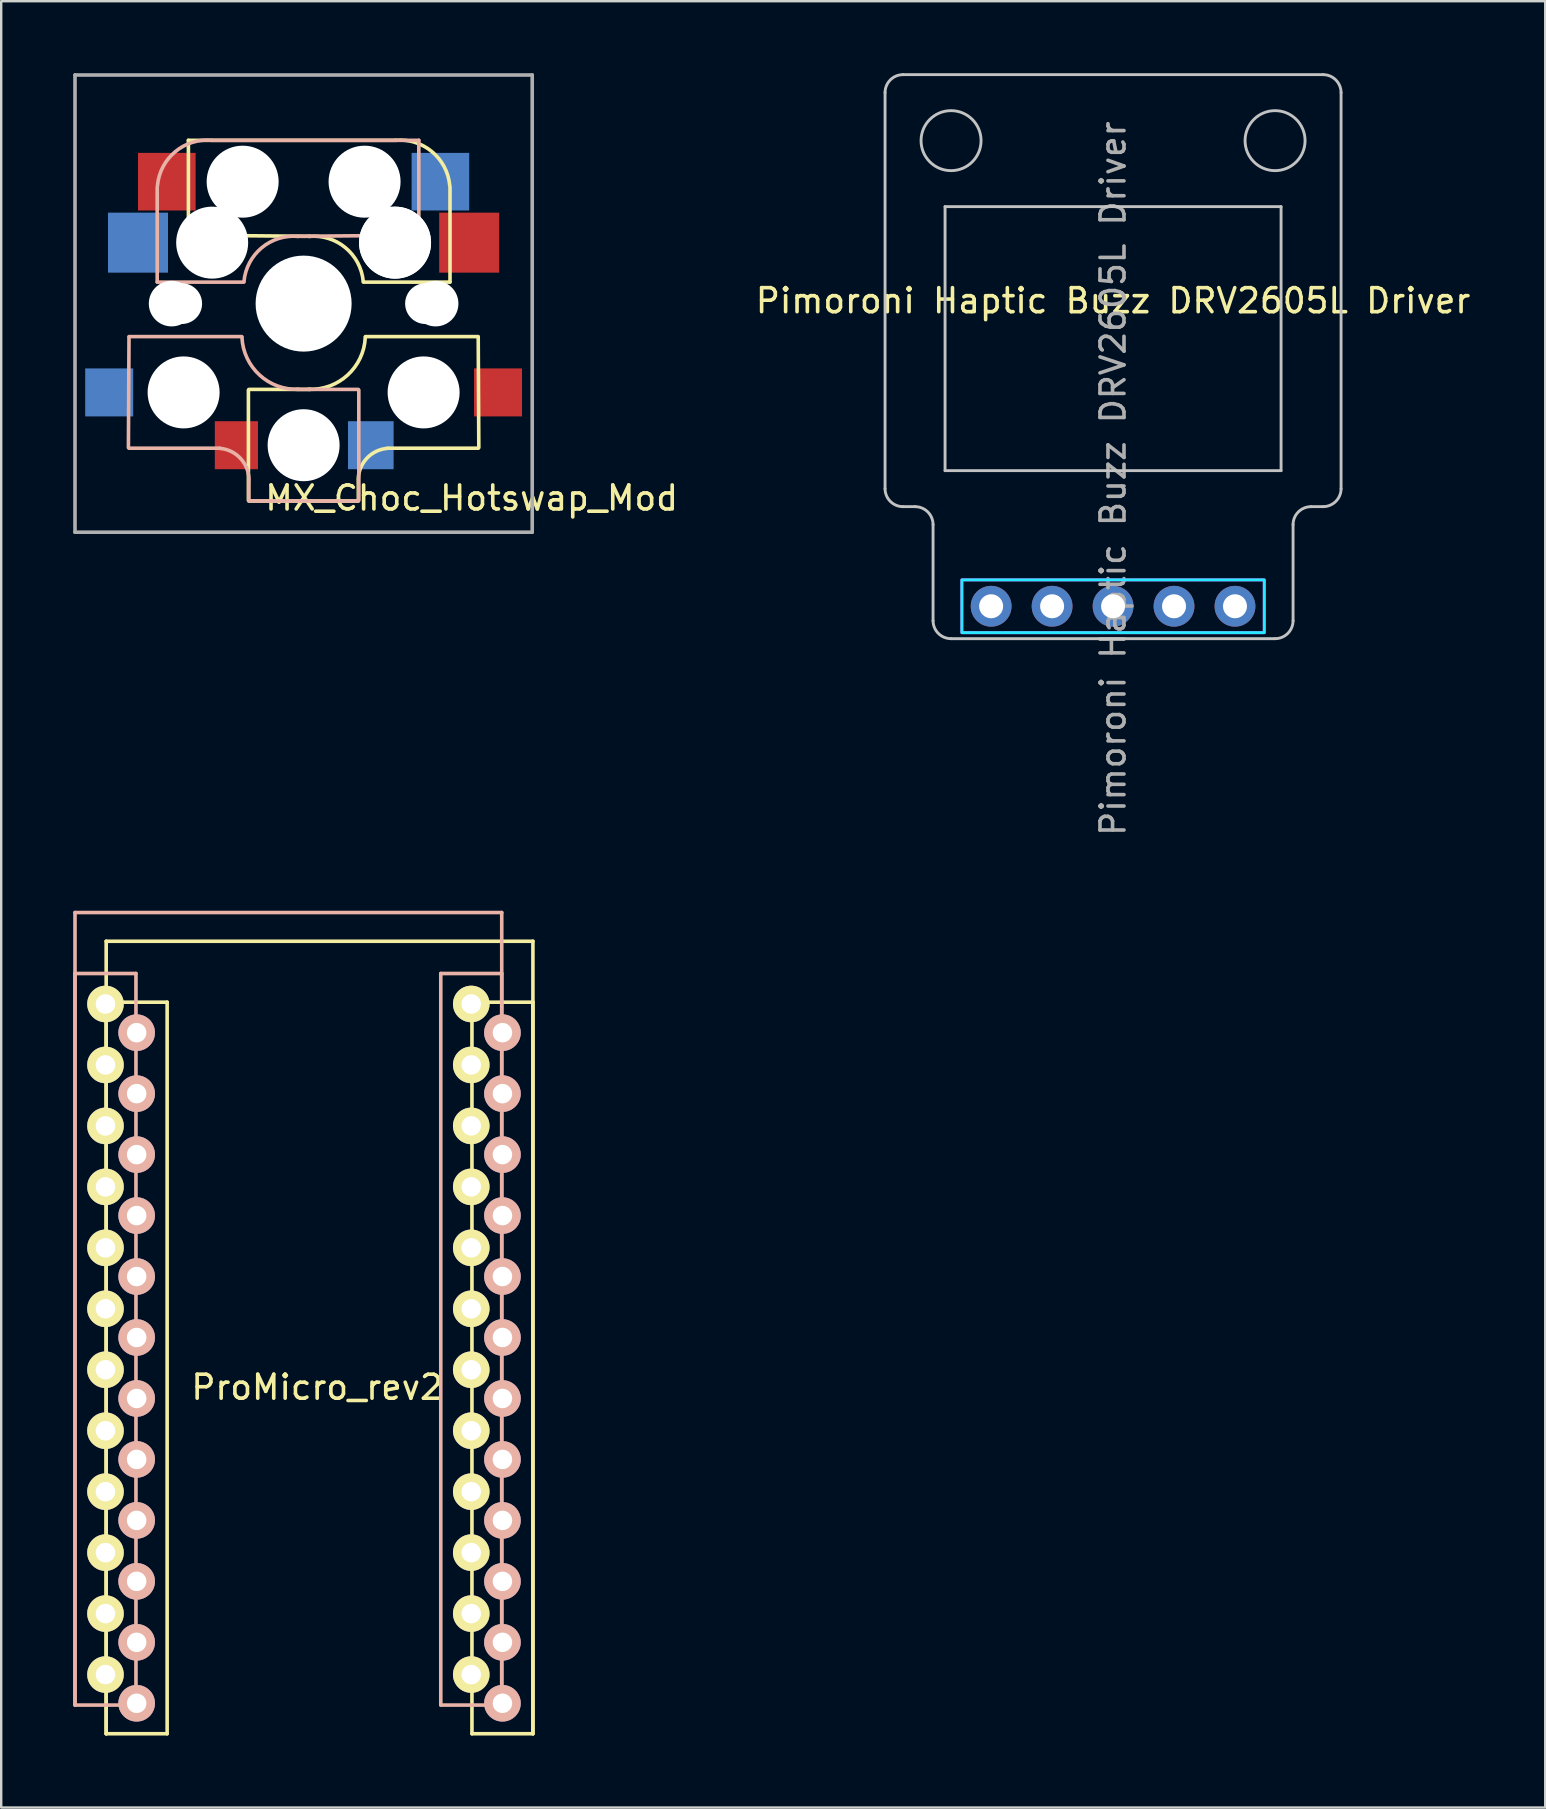
<source format=kicad_pcb>
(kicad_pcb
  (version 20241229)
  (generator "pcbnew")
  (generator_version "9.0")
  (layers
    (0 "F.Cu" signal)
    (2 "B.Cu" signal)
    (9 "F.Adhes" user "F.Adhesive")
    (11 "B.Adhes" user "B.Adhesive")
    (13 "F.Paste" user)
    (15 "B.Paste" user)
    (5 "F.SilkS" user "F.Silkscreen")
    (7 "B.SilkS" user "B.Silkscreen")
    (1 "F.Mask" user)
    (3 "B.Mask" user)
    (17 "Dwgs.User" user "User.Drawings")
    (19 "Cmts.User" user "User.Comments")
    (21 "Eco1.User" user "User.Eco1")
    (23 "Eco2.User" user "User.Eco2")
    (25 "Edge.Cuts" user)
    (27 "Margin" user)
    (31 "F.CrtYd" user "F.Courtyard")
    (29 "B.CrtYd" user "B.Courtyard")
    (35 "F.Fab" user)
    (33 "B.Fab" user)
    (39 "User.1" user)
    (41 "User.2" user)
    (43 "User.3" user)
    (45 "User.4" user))
  (footprint "Pimoroni Haptic Buzz DRV2605L Driver"
    (layer "F.Cu")
    (at 43.326 11.81)
    (property "Reference" "Pimoroni Haptic Buzz DRV2605L Driver" (at 0 -2.33 180) (layer "F.SilkS") (effects (font (size 1 1) (thickness 0.15))))
    (attr through_hole)
    (fp_line (start -9.5 -11) (end -9.5 5.5) (stroke (width 0.12) (type solid)) (layer "Dwgs.User"))
    (fp_line (start -8.75 6.25) (end -8.25 6.25) (stroke (width 0.12) (type solid)) (layer "Dwgs.User"))
    (fp_line (start -7.5 11) (end -7.5 7) (stroke (width 0.12) (type solid)) (layer "Dwgs.User"))
    (fp_line (start -7 -6.25) (end -7 4.75) (stroke (width 0.12) (type solid)) (layer "Dwgs.User"))
    (fp_line (start -7 4.75) (end 7 4.75) (stroke (width 0.12) (type solid)) (layer "Dwgs.User"))
    (fp_line (start -6.75 11.75) (end 6.75 11.75) (stroke (width 0.12) (type solid)) (layer "Dwgs.User"))
    (fp_line (start 7 -6.25) (end -7 -6.25) (stroke (width 0.12) (type solid)) (layer "Dwgs.User"))
    (fp_line (start 7 4.75) (end 7 -6.25) (stroke (width 0.12) (type solid)) (layer "Dwgs.User"))
    (fp_line (start 7.5 7) (end 7.5 11) (stroke (width 0.12) (type solid)) (layer "Dwgs.User"))
    (fp_line (start 8.75 -11.75) (end -8.75 -11.75) (stroke (width 0.12) (type solid)) (layer "Dwgs.User"))
    (fp_line (start 8.75 6.25) (end 8.25 6.25) (stroke (width 0.12) (type solid)) (layer "Dwgs.User"))
    (fp_line (start 9.5 5.5) (end 9.5 -11) (stroke (width 0.12) (type solid)) (layer "Dwgs.User"))
    (fp_arc (start -9.5 -11) (mid -9.28033 -11.53033) (end -8.75 -11.75) (stroke (width 0.12) (type solid)) (layer "Dwgs.User"))
    (fp_arc (start -8.75 6.25) (mid -9.28033 6.03033) (end -9.5 5.5) (stroke (width 0.12) (type solid)) (layer "Dwgs.User"))
    (fp_arc (start -8.25 6.25) (mid -7.71967 6.46967) (end -7.5 7) (stroke (width 0.12) (type solid)) (layer "Dwgs.User"))
    (fp_arc (start -6.75 11.75) (mid -7.28033 11.53033) (end -7.5 11) (stroke (width 0.12) (type solid)) (layer "Dwgs.User"))
    (fp_arc (start 7.5 7) (mid 7.71967 6.46967) (end 8.25 6.25) (stroke (width 0.12) (type solid)) (layer "Dwgs.User"))
    (fp_arc (start 7.5 11) (mid 7.28033 11.53033) (end 6.75 11.75) (stroke (width 0.12) (type solid)) (layer "Dwgs.User"))
    (fp_arc (start 8.75 -11.75) (mid 9.28033 -11.53033) (end 9.5 -11) (stroke (width 0.12) (type solid)) (layer "Dwgs.User"))
    (fp_arc (start 9.5 5.5) (mid 9.28033 6.03033) (end 8.75 6.25) (stroke (width 0.12) (type solid)) (layer "Dwgs.User"))
    (fp_circle (center -6.75 -9) (end -5.5 -9) (stroke (width 0.12) (type solid)) (fill no) (layer "Dwgs.User"))
    (fp_circle (center 6.75 -9) (end 8 -9) (stroke (width 0.12) (type solid)) (fill no) (layer "Dwgs.User"))
    (fp_rect (start -6.3 11.5) (end 6.3 9.3) (stroke (width 0.12) (type solid)) (fill no) (layer "B.CrtYd"))
    (fp_rect (start -6.3 11.5) (end 6.3 9.3) (stroke (width 0.12) (type solid)) (fill no) (layer "F.CrtYd"))
    (fp_text user "${REFERENCE}" (at 0 5.08 270) (layer "F.Fab") (effects (font (size 1 1) (thickness 0.15))))
    (pad "1" thru_hole circle (at -5.08 10.4 90) (size 1.7 1.7) (drill 1) (layers "*.Cu" "*.Mask"))
    (pad "2" thru_hole oval (at -2.54 10.4 90) (size 1.7 1.7) (drill 1) (layers "*.Cu" "*.Mask"))
    (pad "3" thru_hole oval (at 0 10.4 90) (size 1.7 1.7) (drill 1) (layers "*.Cu" "*.Mask"))
    (pad "4" thru_hole oval (at 2.54 10.4 90) (size 1.7 1.7) (drill 1) (layers "*.Cu" "*.Mask"))
    (pad "5" thru_hole oval (at 5.08 10.4 90) (size 1.7 1.7) (drill 1) (layers "*.Cu" "*.Mask")))
  (footprint "ProMicro_rev2"
    (layer "F.Cu")
    (at 10.165 53.551)
    (property "Reference" "ProMicro_rev2" (at 0 1.2 0) (layer "F.SilkS") (effects (font (size 1 1) (thickness 0.15))))
    (attr through_hole exclude_from_bom)
    (fp_line (start -8.791 -17.384) (end -8.791 15.636) (stroke (width 0.15) (type solid)) (layer "F.SilkS"))
    (fp_line (start -8.791 -14.844) (end -8.791 15.636) (stroke (width 0.15) (type solid)) (layer "F.SilkS"))
    (fp_line (start -8.791 15.636) (end -6.251 15.636) (stroke (width 0.15) (type solid)) (layer "F.SilkS"))
    (fp_line (start -6.251 -14.844) (end -8.791 -14.844) (stroke (width 0.15) (type solid)) (layer "F.SilkS"))
    (fp_line (start -6.251 15.636) (end -6.251 -14.844) (stroke (width 0.15) (type solid)) (layer "F.SilkS"))
    (fp_line (start 6.449 -14.844) (end 6.449 15.636) (stroke (width 0.15) (type solid)) (layer "F.SilkS"))
    (fp_line (start 6.449 15.636) (end 8.989 15.636) (stroke (width 0.15) (type solid)) (layer "F.SilkS"))
    (fp_line (start 8.989 -17.384) (end -8.791 -17.384) (stroke (width 0.15) (type solid)) (layer "F.SilkS"))
    (fp_line (start 8.989 -14.844) (end 6.449 -14.844) (stroke (width 0.15) (type solid)) (layer "F.SilkS"))
    (fp_line (start 8.989 15.636) (end 8.989 -17.384) (stroke (width 0.15) (type solid)) (layer "F.SilkS"))
    (fp_line (start 8.989 15.636) (end 8.989 -14.844) (stroke (width 0.15) (type solid)) (layer "F.SilkS"))
    (fp_line (start -10.09 -18.58) (end 7.69 -18.58) (stroke (width 0.15) (type solid)) (layer "B.SilkS"))
    (fp_line (start -10.09 -16.04) (end -7.55 -16.04) (stroke (width 0.15) (type solid)) (layer "B.SilkS"))
    (fp_line (start -10.09 14.44) (end -10.09 -18.58) (stroke (width 0.15) (type solid)) (layer "B.SilkS"))
    (fp_line (start -10.09 14.44) (end -10.09 -16.04) (stroke (width 0.15) (type solid)) (layer "B.SilkS"))
    (fp_line (start -7.55 -16.04) (end -7.55 14.44) (stroke (width 0.15) (type solid)) (layer "B.SilkS"))
    (fp_line (start -7.55 14.44) (end -10.09 14.44) (stroke (width 0.15) (type solid)) (layer "B.SilkS"))
    (fp_line (start 5.15 -16.04) (end 7.69 -16.04) (stroke (width 0.15) (type solid)) (layer "B.SilkS"))
    (fp_line (start 5.15 14.44) (end 5.15 -16.04) (stroke (width 0.15) (type solid)) (layer "B.SilkS"))
    (fp_line (start 7.69 -18.58) (end 7.69 14.44) (stroke (width 0.15) (type solid)) (layer "B.SilkS"))
    (fp_line (start 7.69 -16.04) (end 7.69 14.44) (stroke (width 0.15) (type solid)) (layer "B.SilkS"))
    (fp_line (start 7.69 14.44) (end 5.15 14.44) (stroke (width 0.15) (type solid)) (layer "B.SilkS"))
    (pad "1" thru_hole circle (at -8.82 -14.77) (size 1.524 1.524) (drill 0.813) (layers "*.Cu" "*.Mask" "F.SilkS"))
    (pad "1" thru_hole circle (at 7.719 -13.574 180) (size 1.524 1.524) (drill 0.813) (layers "*.Cu" "*.Mask" "B.SilkS"))
    (pad "2" thru_hole circle (at -8.82 -12.23) (size 1.524 1.524) (drill 0.813) (layers "*.Cu" "*.Mask" "F.SilkS"))
    (pad "2" thru_hole circle (at 7.719 -11.034 180) (size 1.524 1.524) (drill 0.813) (layers "*.Cu" "*.Mask" "B.SilkS"))
    (pad "3" thru_hole circle (at -8.82 -9.69) (size 1.524 1.524) (drill 0.813) (layers "*.Cu" "*.Mask" "F.SilkS"))
    (pad "3" thru_hole circle (at 7.719 -8.494 180) (size 1.524 1.524) (drill 0.813) (layers "*.Cu" "*.Mask" "B.SilkS"))
    (pad "4" thru_hole circle (at -8.82 -7.15) (size 1.524 1.524) (drill 0.813) (layers "*.Cu" "*.Mask" "F.SilkS"))
    (pad "4" thru_hole circle (at 7.719 -5.954 180) (size 1.524 1.524) (drill 0.813) (layers "*.Cu" "*.Mask" "B.SilkS"))
    (pad "5" thru_hole circle (at -8.82 -4.61) (size 1.524 1.524) (drill 0.813) (layers "*.Cu" "*.Mask" "F.SilkS"))
    (pad "5" thru_hole circle (at 7.719 -3.414 180) (size 1.524 1.524) (drill 0.813) (layers "*.Cu" "*.Mask" "B.SilkS"))
    (pad "6" thru_hole circle (at -8.82 -2.07) (size 1.524 1.524) (drill 0.813) (layers "*.Cu" "*.Mask" "F.SilkS"))
    (pad "6" thru_hole circle (at 7.719 -0.874 180) (size 1.524 1.524) (drill 0.813) (layers "*.Cu" "*.Mask" "B.SilkS"))
    (pad "7" thru_hole circle (at -8.82 0.47) (size 1.524 1.524) (drill 0.813) (layers "*.Cu" "*.Mask" "F.SilkS"))
    (pad "7" thru_hole circle (at 7.719 1.666 180) (size 1.524 1.524) (drill 0.813) (layers "*.Cu" "*.Mask" "B.SilkS"))
    (pad "8" thru_hole circle (at -8.82 3.01) (size 1.524 1.524) (drill 0.813) (layers "*.Cu" "*.Mask" "F.SilkS"))
    (pad "8" thru_hole circle (at 7.719 4.206 180) (size 1.524 1.524) (drill 0.813) (layers "*.Cu" "*.Mask" "B.SilkS"))
    (pad "9" thru_hole circle (at -8.82 5.55) (size 1.524 1.524) (drill 0.813) (layers "*.Cu" "*.Mask" "F.SilkS"))
    (pad "9" thru_hole circle (at 7.719 6.746 180) (size 1.524 1.524) (drill 0.813) (layers "*.Cu" "*.Mask" "B.SilkS"))
    (pad "10" thru_hole circle (at -8.82 8.09) (size 1.524 1.524) (drill 0.813) (layers "*.Cu" "*.Mask" "F.SilkS"))
    (pad "10" thru_hole circle (at 7.719 9.286 180) (size 1.524 1.524) (drill 0.813) (layers "*.Cu" "*.Mask" "B.SilkS"))
    (pad "11" thru_hole circle (at -8.82 10.63) (size 1.524 1.524) (drill 0.813) (layers "*.Cu" "*.Mask" "F.SilkS"))
    (pad "11" thru_hole circle (at 7.719 11.826 180) (size 1.524 1.524) (drill 0.813) (layers "*.Cu" "*.Mask" "B.SilkS"))
    (pad "12" thru_hole circle (at -8.82 13.17) (size 1.524 1.524) (drill 0.813) (layers "*.Cu" "*.Mask" "F.SilkS"))
    (pad "12" thru_hole circle (at 7.719 14.366 180) (size 1.524 1.524) (drill 0.813) (layers "*.Cu" "*.Mask" "B.SilkS"))
    (pad "13" thru_hole circle (at -7.521 14.366 180) (size 1.524 1.524) (drill 0.813) (layers "*.Cu" "*.Mask" "B.SilkS"))
    (pad "13" thru_hole circle (at 6.42 13.17) (size 1.524 1.524) (drill 0.813) (layers "*.Cu" "*.Mask" "F.SilkS"))
    (pad "14" thru_hole circle (at -7.521 11.826 180) (size 1.524 1.524) (drill 0.813) (layers "*.Cu" "*.Mask" "B.SilkS"))
    (pad "14" thru_hole circle (at 6.42 10.63) (size 1.524 1.524) (drill 0.813) (layers "*.Cu" "*.Mask" "F.SilkS"))
    (pad "15" thru_hole circle (at -7.521 9.286 180) (size 1.524 1.524) (drill 0.813) (layers "*.Cu" "*.Mask" "B.SilkS"))
    (pad "15" thru_hole circle (at 6.42 8.09) (size 1.524 1.524) (drill 0.813) (layers "*.Cu" "*.Mask" "F.SilkS"))
    (pad "16" thru_hole circle (at -7.521 6.746 180) (size 1.524 1.524) (drill 0.813) (layers "*.Cu" "*.Mask" "B.SilkS"))
    (pad "16" thru_hole circle (at 6.42 5.55) (size 1.524 1.524) (drill 0.813) (layers "*.Cu" "*.Mask" "F.SilkS"))
    (pad "17" thru_hole circle (at -7.521 4.206 180) (size 1.524 1.524) (drill 0.813) (layers "*.Cu" "*.Mask" "B.SilkS"))
    (pad "17" thru_hole circle (at 6.42 3.01) (size 1.524 1.524) (drill 0.813) (layers "*.Cu" "*.Mask" "F.SilkS"))
    (pad "18" thru_hole circle (at -7.521 1.666 180) (size 1.524 1.524) (drill 0.813) (layers "*.Cu" "*.Mask" "B.SilkS"))
    (pad "18" thru_hole circle (at 6.42 0.47) (size 1.524 1.524) (drill 0.813) (layers "*.Cu" "*.Mask" "F.SilkS"))
    (pad "19" thru_hole circle (at -7.521 -0.874 180) (size 1.524 1.524) (drill 0.813) (layers "*.Cu" "*.Mask" "B.SilkS"))
    (pad "19" thru_hole circle (at 6.42 -2.07) (size 1.524 1.524) (drill 0.813) (layers "*.Cu" "*.Mask" "F.SilkS"))
    (pad "20" thru_hole circle (at -7.521 -3.414 180) (size 1.524 1.524) (drill 0.813) (layers "*.Cu" "*.Mask" "B.SilkS"))
    (pad "20" thru_hole circle (at 6.42 -4.61) (size 1.524 1.524) (drill 0.813) (layers "*.Cu" "*.Mask" "F.SilkS"))
    (pad "21" thru_hole circle (at -7.521 -5.954 180) (size 1.524 1.524) (drill 0.813) (layers "*.Cu" "*.Mask" "B.SilkS"))
    (pad "21" thru_hole circle (at 6.42 -7.15) (size 1.524 1.524) (drill 0.813) (layers "*.Cu" "*.Mask" "F.SilkS"))
    (pad "22" thru_hole circle (at -7.521 -8.494 180) (size 1.524 1.524) (drill 0.813) (layers "*.Cu" "*.Mask" "B.SilkS"))
    (pad "22" thru_hole circle (at 6.42 -9.69) (size 1.524 1.524) (drill 0.813) (layers "*.Cu" "*.Mask" "F.SilkS"))
    (pad "23" thru_hole circle (at -7.521 -11.034 180) (size 1.524 1.524) (drill 0.813) (layers "*.Cu" "*.Mask" "B.SilkS"))
    (pad "23" thru_hole circle (at 6.42 -12.23) (size 1.524 1.524) (drill 0.813) (layers "*.Cu" "*.Mask" "F.SilkS"))
    (pad "24" thru_hole circle (at -7.521 -13.574 180) (size 1.524 1.524) (drill 0.813) (layers "*.Cu" "*.Mask" "B.SilkS"))
    (pad "24" thru_hole circle (at 6.42 -14.77) (size 1.524 1.524) (drill 0.813) (layers "*.Cu" "*.Mask" "F.SilkS")))
  (footprint "MX_Choc_Hotswap_Mod"
    (layer "F.Cu")
    (at 9.6 9.6)
    (property "Reference" "MX_Choc_Hotswap_Mod" (at 7 8.1 0) (layer "F.SilkS") (effects (font (size 1 1) (thickness 0.15))))
    (attr through_hole)
    (fp_line (start -4.8 -6.804) (end 3.825 -6.804) (stroke (width 0.15) (type solid)) (layer "F.SilkS"))
    (fp_line (start -4.8 -2.896) (end -4.8 -6.804) (stroke (width 0.15) (type solid)) (layer "F.SilkS"))
    (fp_line (start -4.8 -2.85) (end 0.25 -2.804) (stroke (width 0.15) (type solid)) (layer "F.SilkS"))
    (fp_line (start -2.3 3.6) (end -2.3 8.2) (stroke (width 0.15) (type solid)) (layer "F.SilkS"))
    (fp_line (start -2.275 3.575) (end 0.275 3.575) (stroke (width 0.15) (type solid)) (layer "F.SilkS"))
    (fp_line (start -2.275 8.225) (end 2.275 8.225) (stroke (width 0.15) (type solid)) (layer "F.SilkS"))
    (fp_line (start 2.28 7.5) (end 2.28 8.2) (stroke (width 0.15) (type solid)) (layer "F.SilkS"))
    (fp_line (start 2.575 1.375) (end 7.275 1.375) (stroke (width 0.15) (type solid)) (layer "F.SilkS"))
    (fp_line (start 3.5 6.025) (end 7.275 6.025) (stroke (width 0.15) (type solid)) (layer "F.SilkS"))
    (fp_line (start 6.1 -4.85) (end 6.1 -0.905) (stroke (width 0.15) (type solid)) (layer "F.SilkS"))
    (fp_line (start 6.1 -0.896) (end 2.49 -0.896) (stroke (width 0.15) (type solid)) (layer "F.SilkS"))
    (fp_line (start 7.275 1.4) (end 7.3 6) (stroke (width 0.15) (type solid)) (layer "F.SilkS"))
    (fp_arc (start 0.225 -2.8) (mid 1.74436 -2.328062) (end 2.485001 -0.920001) (stroke (width 0.15) (type solid)) (layer "F.SilkS"))
    (fp_arc (start 2.279999 7.449999) (mid 2.595908 6.487329) (end 3.5 6.03) (stroke (width 0.15) (type solid)) (layer "F.SilkS"))
    (fp_arc (start 2.57 1.4) (mid 1.834422 2.975843) (end 0.2 3.57) (stroke (width 0.15) (type solid)) (layer "F.SilkS"))
    (fp_arc (start 3.825 -6.804) (mid 5.347189 -6.33089) (end 6.089 -4.92) (stroke (width 0.15) (type solid)) (layer "F.SilkS"))
    (fp_line (start -7.275 1.4) (end -7.3 6) (stroke (width 0.15) (type solid)) (layer "B.SilkS"))
    (fp_line (start -6.1 -4.85) (end -6.1 -0.905) (stroke (width 0.15) (type solid)) (layer "B.SilkS"))
    (fp_line (start -6.1 -0.896) (end -2.49 -0.896) (stroke (width 0.15) (type solid)) (layer "B.SilkS"))
    (fp_line (start -3.5 6.025) (end -7.275 6.025) (stroke (width 0.15) (type solid)) (layer "B.SilkS"))
    (fp_line (start -2.575 1.375) (end -7.275 1.375) (stroke (width 0.15) (type solid)) (layer "B.SilkS"))
    (fp_line (start -2.28 7.5) (end -2.28 8.2) (stroke (width 0.15) (type solid)) (layer "B.SilkS"))
    (fp_line (start 2.275 3.575) (end -0.275 3.575) (stroke (width 0.15) (type solid)) (layer "B.SilkS"))
    (fp_line (start 2.275 8.225) (end -2.275 8.225) (stroke (width 0.15) (type solid)) (layer "B.SilkS"))
    (fp_line (start 2.3 3.6) (end 2.3 8.2) (stroke (width 0.15) (type solid)) (layer "B.SilkS"))
    (fp_line (start 4.8 -6.804) (end -3.825 -6.804) (stroke (width 0.15) (type solid)) (layer "B.SilkS"))
    (fp_line (start 4.8 -2.896) (end 4.8 -6.804) (stroke (width 0.15) (type solid)) (layer "B.SilkS"))
    (fp_line (start 4.8 -2.85) (end -0.25 -2.804) (stroke (width 0.15) (type solid)) (layer "B.SilkS"))
    (fp_arc (start -6.089 -4.92) (mid -5.347189 -6.33089) (end -3.825 -6.804) (stroke (width 0.15) (type solid)) (layer "B.SilkS"))
    (fp_arc (start -3.5 6.03) (mid -2.595908 6.48733) (end -2.28 7.45) (stroke (width 0.15) (type solid)) (layer "B.SilkS"))
    (fp_arc (start -2.484999 -0.920001) (mid -1.74436 -2.328062) (end -0.225 -2.8) (stroke (width 0.15) (type solid)) (layer "B.SilkS"))
    (fp_arc (start -0.2 3.57) (mid -1.834422 2.975843) (end -2.57 1.4) (stroke (width 0.15) (type solid)) (layer "B.SilkS"))
    (fp_line (start -9 -9) (end 9 -9) (stroke (width 0.15) (type solid)) (layer "Eco2.User"))
    (fp_line (start -9 9) (end -9 -9) (stroke (width 0.15) (type solid)) (layer "Eco2.User"))
    (fp_line (start -7 -7) (end 7 -7) (stroke (width 0.15) (type solid)) (layer "Eco2.User"))
    (fp_line (start -7 7) (end -7 -7) (stroke (width 0.15) (type solid)) (layer "Eco2.User"))
    (fp_line (start 7 -7) (end 7 7) (stroke (width 0.15) (type solid)) (layer "Eco2.User"))
    (fp_line (start 7 7) (end -7 7) (stroke (width 0.15) (type solid)) (layer "Eco2.User"))
    (fp_line (start 9 -9) (end 9 9) (stroke (width 0.15) (type solid)) (layer "Eco2.User"))
    (fp_line (start 9 9) (end -9 9) (stroke (width 0.15) (type solid)) (layer "Eco2.User"))
    (fp_line (start -9.525 -9.525) (end -9.525 9.525) (stroke (width 0.15) (type solid)) (layer "F.Fab"))
    (fp_line (start -9.525 9.525) (end 9.525 9.525) (stroke (width 0.15) (type solid)) (layer "F.Fab"))
    (fp_line (start 9.525 -9.525) (end -9.525 -9.525) (stroke (width 0.15) (type solid)) (layer "F.Fab"))
    (fp_line (start 9.525 9.525) (end 9.525 -9.525) (stroke (width 0.15) (type solid)) (layer "F.Fab"))
    (pad "" np_thru_hole circle (at -5.5 0 270) (size 1.9 1.9) (drill 1.9) (layers "*.Cu" "*.Mask"))
    (pad "" np_thru_hole circle (at -5.08 0 180) (size 1.7 1.7) (drill 1.7) (layers "*.Cu" "*.Mask"))
    (pad "" np_thru_hole circle (at -5 3.7 270) (size 3 3) (drill 3) (layers "*.Cu" "*.Mask"))
    (pad "" np_thru_hole circle (at -3.825 -2.58) (size 0.1 0.1) (drill 0.1) (layers "*.Cu" "*.Mask"))
    (pad "" np_thru_hole circle (at -3.81 -2.54) (size 3 3) (drill 3) (layers "*.Cu" "*.Mask"))
    (pad "" np_thru_hole circle (at -2.54 -5.08) (size 3 3) (drill 3) (layers "*.Cu" "*.Mask"))
    (pad "" np_thru_hole circle (at 0 0 270) (size 4 4) (drill 4) (layers "*.Cu" "*.Mask"))
    (pad "" np_thru_hole circle (at 0 5.9 270) (size 3 3) (drill 3) (layers "*.Cu" "*.Mask"))
    (pad "" np_thru_hole circle (at 2.54 -5.08) (size 3 3) (drill 3) (layers "*.Cu" "*.Mask"))
    (pad "" np_thru_hole circle (at 3.81 -2.54) (size 3 3) (drill 3) (layers "*.Cu" "*.Mask"))
    (pad "" np_thru_hole circle (at 3.81 -2.54) (size 3 3) (drill 3) (layers "*.Cu" "*.Mask"))
    (pad "" np_thru_hole circle (at 3.825 -2.58) (size 0.1 0.1) (drill 0.1) (layers "*.Cu" "*.Mask"))
    (pad "" np_thru_hole circle (at 5 3.7 90) (size 3 3) (drill 3) (layers "*.Cu" "*.Mask"))
    (pad "" np_thru_hole circle (at 5.08 0 180) (size 1.7 1.7) (drill 1.7) (layers "*.Cu" "*.Mask"))
    (pad "" np_thru_hole circle (at 5.5 0 270) (size 1.9 1.9) (drill 1.9) (layers "*.Cu" "*.Mask"))
    (pad "1" smd rect (at -8.1 3.7) (size 2 2) (layers "B.Cu" "B.Mask" "B.Paste"))
    (pad "1" smd rect (at -6.9 -2.54) (size 2.5 2.5) (layers "B.Cu" "B.Mask" "B.Paste"))
    (pad "1" smd rect (at -5.7 -5.08) (size 2.4 2.4) (layers "F.Cu" "F.Mask" "F.Paste"))
    (pad "1" smd rect (at 8.1 3.7) (size 2 2) (layers "F.Cu" "F.Mask" "F.Paste"))
    (pad "2" smd rect (at -2.8 5.9) (size 1.8 2) (layers "F.Cu" "F.Mask" "F.Paste"))
    (pad "2" smd rect (at 2.8 5.9) (size 1.9 2) (layers "B.Cu" "B.Mask" "B.Paste"))
    (pad "2" smd rect (at 5.7 -5.08) (size 2.4 2.4) (layers "B.Cu" "B.Mask" "B.Paste"))
    (pad "2" smd rect (at 6.9 -2.54) (size 2.5 2.5) (layers "F.Cu" "F.Mask" "F.Paste")))
  (gr_rect
    (start -3 -3)
    (end 61.332 72.262)
    (stroke (width 0.1) (type default))
    (fill no)
    (layer "Edge.Cuts")))
</source>
